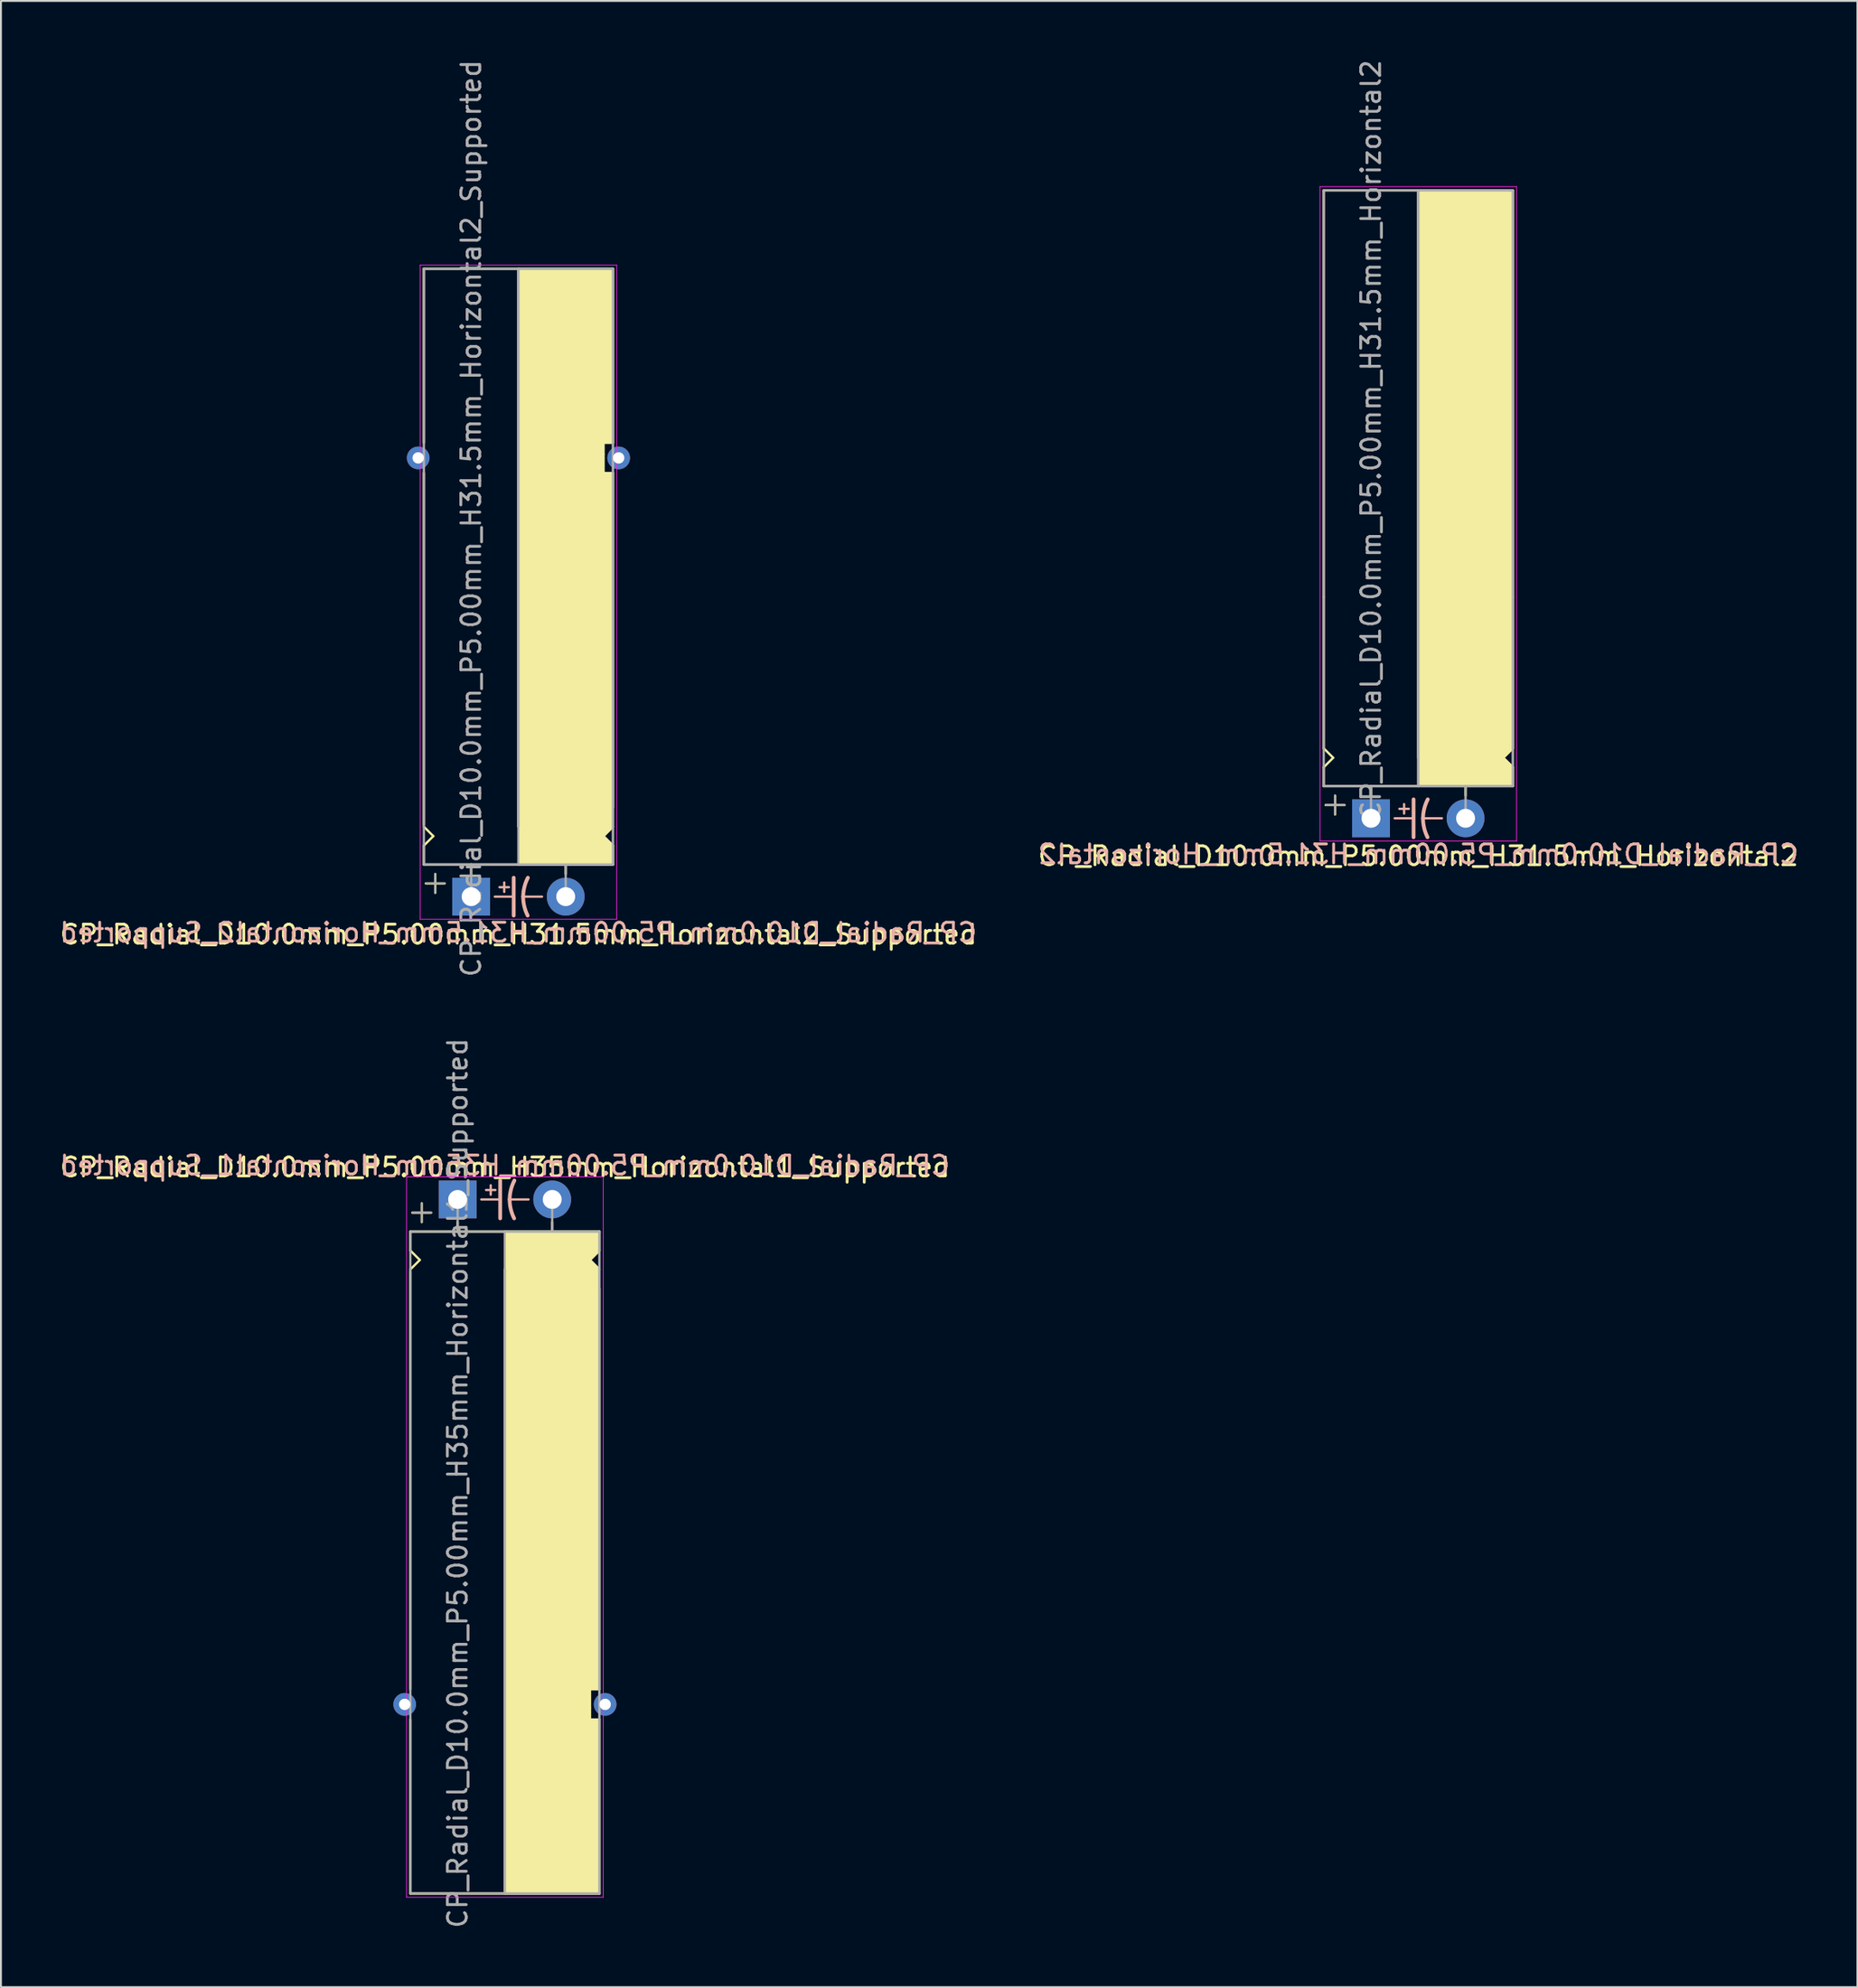
<source format=kicad_pcb>
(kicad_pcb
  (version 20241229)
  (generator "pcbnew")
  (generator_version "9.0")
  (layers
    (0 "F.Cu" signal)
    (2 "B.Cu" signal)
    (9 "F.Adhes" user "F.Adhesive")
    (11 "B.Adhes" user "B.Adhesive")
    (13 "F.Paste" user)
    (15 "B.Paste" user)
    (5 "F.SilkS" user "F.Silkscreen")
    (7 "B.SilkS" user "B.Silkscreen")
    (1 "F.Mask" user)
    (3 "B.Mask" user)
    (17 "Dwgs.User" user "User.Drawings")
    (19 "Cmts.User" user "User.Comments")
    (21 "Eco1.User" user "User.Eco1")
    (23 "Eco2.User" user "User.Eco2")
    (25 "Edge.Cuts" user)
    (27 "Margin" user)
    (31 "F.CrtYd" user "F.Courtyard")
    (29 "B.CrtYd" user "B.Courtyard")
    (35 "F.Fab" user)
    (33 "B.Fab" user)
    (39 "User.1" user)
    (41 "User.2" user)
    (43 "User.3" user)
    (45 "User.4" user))
  (footprint "CP_Radial_D10.0mm_P5.00mm_H31.5mm_Horizontal2"
    (layer "F.Cu")
    (at 69.446 40.22)
    (property "Reference" "CP_Radial_D10.0mm_P5.00mm_H31.5mm_Horizontal2" (at 2.5 2 0) (layer "F.SilkS") (effects (font (size 1 1) (thickness 0.15))))
    (fp_line (start -2.5 -33.2) (end 7.5 -33.2) (stroke (width 0.12) (type solid)) (layer "F.SilkS"))
    (fp_line (start -2.5 -11.7) (end -2.5 -33.2) (stroke (width 0.12) (type solid)) (layer "F.SilkS"))
    (fp_line (start -2.5 -3.7) (end -2.5 -11.7) (stroke (width 0.12) (type solid)) (layer "F.SilkS"))
    (fp_line (start -2.5 -2.7) (end -2 -3.2) (stroke (width 0.12) (type solid)) (layer "F.SilkS"))
    (fp_line (start -2.5 -1.7) (end -2.5 -2.7) (stroke (width 0.12) (type solid)) (layer "F.SilkS"))
    (fp_line (start -2 -3.2) (end -2.5 -3.7) (stroke (width 0.12) (type solid)) (layer "F.SilkS"))
    (fp_line (start -1.9 -1.2) (end -1.9 -0.2) (stroke (width 0.12) (type solid)) (layer "F.SilkS"))
    (fp_line (start -1.4 -0.7) (end -2.4 -0.7) (stroke (width 0.12) (type solid)) (layer "F.SilkS"))
    (fp_line (start 0 -1.7) (end 0 -1.2) (stroke (width 0.12) (type solid)) (layer "F.SilkS"))
    (fp_line (start 2.5 -33.2) (end 2.5 -3.2) (stroke (width 0.12) (type solid)) (layer "F.SilkS"))
    (fp_line (start 2.5 -1.7) (end -2.5 -1.7) (stroke (width 0.12) (type solid)) (layer "F.SilkS"))
    (fp_line (start 5 -1.7) (end 5 -1.2) (stroke (width 0.12) (type solid)) (layer "F.SilkS"))
    (fp_line (start 7 -3.2) (end 7.5 -3.7) (stroke (width 0.12) (type solid)) (layer "F.SilkS"))
    (fp_line (start 7.5 -11.7) (end 7.5 -33.2) (stroke (width 0.12) (type solid)) (layer "F.SilkS"))
    (fp_line (start 7.5 -3.7) (end 7.5 -11.7) (stroke (width 0.12) (type solid)) (layer "F.SilkS"))
    (fp_line (start 7.5 -2.7) (end 7 -3.2) (stroke (width 0.12) (type solid)) (layer "F.SilkS"))
    (fp_line (start 7.5 -1.7) (end 2.5 -1.7) (stroke (width 0.12) (type solid)) (layer "F.SilkS"))
    (fp_line (start 7.5 -1.7) (end 7.5 -2.7) (stroke (width 0.12) (type solid)) (layer "F.SilkS"))
    (fp_poly (pts (xy 7.5 -2.7) (xy 7 -3.2) (xy 7.5 -3.7) (xy 7.5 -33.2) (xy 2.5 -33.2) (xy 2.5 -1.7) (xy 7.5 -1.7)) (stroke (width 0.1) (type solid)) (fill yes) (layer "F.SilkS"))
    (fp_line (start 1.25 0) (end 2.25 0) (stroke (width 0.12) (type solid)) (layer "B.SilkS"))
    (fp_line (start 1.5 -0.5) (end 2 -0.5) (stroke (width 0.12) (type solid)) (layer "B.SilkS"))
    (fp_line (start 1.75 -0.75) (end 1.75 -0.25) (stroke (width 0.12) (type solid)) (layer "B.SilkS"))
    (fp_line (start 2.25 1) (end 2.25 -1) (stroke (width 0.2) (type solid)) (layer "B.SilkS"))
    (fp_line (start 3.75 0) (end 2.75 0) (stroke (width 0.12) (type solid)) (layer "B.SilkS"))
    (fp_arc (start 2.75 0) (mid 2.816707 -0.514573) (end 3 -1) (stroke (width 0.2) (type solid)) (layer "B.SilkS"))
    (fp_arc (start 2.987539 1) (mid 2.810248 0.513901) (end 2.75 0) (stroke (width 0.2) (type solid)) (layer "B.SilkS"))
    (fp_line (start -2.7 -33.4) (end -2.7 1.2) (stroke (width 0.04) (type solid)) (layer "F.CrtYd"))
    (fp_line (start -2.7 1.2) (end 5.3 1.2) (stroke (width 0.04) (type solid)) (layer "F.CrtYd"))
    (fp_line (start 5.3 1.2) (end 7.7 1.2) (stroke (width 0.04) (type solid)) (layer "F.CrtYd"))
    (fp_line (start 7.7 -33.4) (end -2.7 -33.4) (stroke (width 0.04) (type solid)) (layer "F.CrtYd"))
    (fp_line (start 7.7 1.2) (end 7.7 -33.4) (stroke (width 0.04) (type solid)) (layer "F.CrtYd"))
    (fp_line (start -2.5 -33.2) (end 7.5 -33.2) (stroke (width 0.12) (type solid)) (layer "F.Fab"))
    (fp_line (start -2.5 -1.7) (end -2.5 -33.2) (stroke (width 0.12) (type solid)) (layer "F.Fab"))
    (fp_line (start -2.4 -0.7) (end -1.4 -0.7) (stroke (width 0.1) (type solid)) (layer "F.Fab"))
    (fp_line (start -1.9 -0.2) (end -1.9 -1.2) (stroke (width 0.1) (type solid)) (layer "F.Fab"))
    (fp_line (start 0 -1.7) (end 0 0) (stroke (width 0.12) (type solid)) (layer "F.Fab"))
    (fp_line (start 2.5 -1.7) (end 2.5 -33.2) (stroke (width 0.12) (type solid)) (layer "F.Fab"))
    (fp_line (start 5 -1.7) (end 5 0) (stroke (width 0.12) (type solid)) (layer "F.Fab"))
    (fp_line (start 7.5 -33.2) (end 7.5 -1.7) (stroke (width 0.12) (type solid)) (layer "F.Fab"))
    (fp_line (start 7.5 -1.7) (end -2.5 -1.7) (stroke (width 0.12) (type solid)) (layer "F.Fab"))
    (fp_poly (pts (xy 7.5 -33.2) (xy 2.5 -33.2) (xy 2.5 -1.7) (xy 7.5 -1.7)) (stroke (width 0.1) (type solid)) (fill no) (layer "F.Fab"))
    (fp_text user "${REFERENCE}" (at 2.5 1.9 0) (layer "B.SilkS") (effects (font (size 1 1) (thickness 0.15)) (justify mirror)))
    (fp_text user "${REFERENCE}" (at 0 -20 90) (layer "F.Fab") (effects (font (size 1 1) (thickness 0.15))))
    (pad "1" thru_hole rect (at 0 0) (size 2 2) (drill 1) (layers "*.Cu" "*.Mask"))
    (pad "2" thru_hole circle (at 5 0) (size 2 2) (drill 1) (layers "*.Cu" "*.Mask")))
  (footprint "CP_Radial_D10.0mm_P5.00mm_H31.5mm_Horizontal2_Supported"
    (layer "F.Cu")
    (at 21.863 44.363)
    (property "Reference" "CP_Radial_D10.0mm_P5.00mm_H31.5mm_Horizontal2_Supported" (at 2.5 2 0) (layer "F.SilkS") (effects (font (size 1 1) (thickness 0.15))))
    (fp_line (start -2.5 -33.2) (end 7.5 -33.2) (stroke (width 0.12) (type solid)) (layer "F.SilkS"))
    (fp_line (start -2.5 -24) (end -2.5 -33.2) (stroke (width 0.12) (type solid)) (layer "F.SilkS"))
    (fp_line (start -2.5 -3.8) (end -2.5 -22.4) (stroke (width 0.12) (type solid)) (layer "F.SilkS"))
    (fp_line (start -2.5 -2.7) (end -2 -3.2) (stroke (width 0.12) (type solid)) (layer "F.SilkS"))
    (fp_line (start -2.5 -1.7) (end -2.5 -2.7) (stroke (width 0.12) (type solid)) (layer "F.SilkS"))
    (fp_line (start -2 -3.2) (end -2.5 -3.7) (stroke (width 0.12) (type solid)) (layer "F.SilkS"))
    (fp_line (start -1.9 -1.2) (end -1.9 -0.2) (stroke (width 0.12) (type solid)) (layer "F.SilkS"))
    (fp_line (start -1.4 -0.7) (end -2.4 -0.7) (stroke (width 0.12) (type solid)) (layer "F.SilkS"))
    (fp_line (start 0 -1.7) (end 0 -1.2) (stroke (width 0.12) (type solid)) (layer "F.SilkS"))
    (fp_line (start 2.5 -33.2) (end 2.5 -3.7) (stroke (width 0.12) (type solid)) (layer "F.SilkS"))
    (fp_line (start 2.5 -1.7) (end -2.5 -1.7) (stroke (width 0.12) (type solid)) (layer "F.SilkS"))
    (fp_line (start 5 -1.7) (end 5 -1.2) (stroke (width 0.12) (type solid)) (layer "F.SilkS"))
    (fp_line (start 7 -24) (end 7 -23.4) (stroke (width 0.12) (type solid)) (layer "F.SilkS"))
    (fp_line (start 7 -23.4) (end 7 -22.4) (stroke (width 0.12) (type solid)) (layer "F.SilkS"))
    (fp_line (start 7 -22.4) (end 7.5 -22.4) (stroke (width 0.12) (type solid)) (layer "F.SilkS"))
    (fp_line (start 7 -3.2) (end 7.5 -3.7) (stroke (width 0.12) (type solid)) (layer "F.SilkS"))
    (fp_line (start 7.5 -24) (end 7 -24) (stroke (width 0.12) (type solid)) (layer "F.SilkS"))
    (fp_line (start 7.5 -24) (end 7.5 -33.2) (stroke (width 0.12) (type solid)) (layer "F.SilkS"))
    (fp_line (start 7.5 -4.7) (end 7.5 -22.4) (stroke (width 0.12) (type solid)) (layer "F.SilkS"))
    (fp_line (start 7.5 -2.7) (end 7 -3.2) (stroke (width 0.12) (type solid)) (layer "F.SilkS"))
    (fp_line (start 7.5 -1.7) (end 2.5 -1.7) (stroke (width 0.12) (type solid)) (layer "F.SilkS"))
    (fp_line (start 7.5 -1.7) (end 7.5 -2.7) (stroke (width 0.12) (type solid)) (layer "F.SilkS"))
    (fp_poly (pts (xy 7.5 -2.7) (xy 7 -3.2) (xy 7.5 -3.7) (xy 7.5 -22.4) (xy 7 -22.4) (xy 7 -24) (xy 7.5 -24) (xy 7.5 -33.2) (xy 2.5 -33.2) (xy 2.5 -1.7) (xy 7.5 -1.7)) (stroke (width 0.1) (type solid)) (fill yes) (layer "F.SilkS"))
    (fp_line (start 1.25 0) (end 2.25 0) (stroke (width 0.12) (type solid)) (layer "B.SilkS"))
    (fp_line (start 1.5 -0.5) (end 2 -0.5) (stroke (width 0.12) (type solid)) (layer "B.SilkS"))
    (fp_line (start 1.75 -0.75) (end 1.75 -0.25) (stroke (width 0.12) (type solid)) (layer "B.SilkS"))
    (fp_line (start 2.25 1) (end 2.25 -1) (stroke (width 0.2) (type solid)) (layer "B.SilkS"))
    (fp_line (start 3.75 0) (end 2.75 0) (stroke (width 0.12) (type solid)) (layer "B.SilkS"))
    (fp_arc (start 2.75 0) (mid 2.816707 -0.514573) (end 3 -1) (stroke (width 0.2) (type solid)) (layer "B.SilkS"))
    (fp_arc (start 2.987539 1) (mid 2.810248 0.513901) (end 2.75 0) (stroke (width 0.2) (type solid)) (layer "B.SilkS"))
    (fp_line (start -2.7 -33.4) (end -2.7 1.2) (stroke (width 0.04) (type solid)) (layer "F.CrtYd"))
    (fp_line (start -2.7 1.2) (end 5.3 1.2) (stroke (width 0.04) (type solid)) (layer "F.CrtYd"))
    (fp_line (start 5.3 1.2) (end 7.7 1.2) (stroke (width 0.04) (type solid)) (layer "F.CrtYd"))
    (fp_line (start 7.7 -33.4) (end -2.7 -33.4) (stroke (width 0.04) (type solid)) (layer "F.CrtYd"))
    (fp_line (start 7.7 1.2) (end 7.7 -33.4) (stroke (width 0.04) (type solid)) (layer "F.CrtYd"))
    (fp_line (start -2.5 -33.2) (end 7.5 -33.2) (stroke (width 0.12) (type solid)) (layer "F.Fab"))
    (fp_line (start -2.5 -1.7) (end -2.5 -33.2) (stroke (width 0.12) (type solid)) (layer "F.Fab"))
    (fp_line (start -2.4 -0.7) (end -1.4 -0.7) (stroke (width 0.1) (type solid)) (layer "F.Fab"))
    (fp_line (start -1.9 -0.2) (end -1.9 -1.2) (stroke (width 0.1) (type solid)) (layer "F.Fab"))
    (fp_line (start 0 -1.7) (end 0 0) (stroke (width 0.12) (type solid)) (layer "F.Fab"))
    (fp_line (start 2.5 -3.7) (end 2.5 -33.2) (stroke (width 0.12) (type solid)) (layer "F.Fab"))
    (fp_line (start 5 -1.7) (end 5 0) (stroke (width 0.12) (type solid)) (layer "F.Fab"))
    (fp_line (start 7.5 -33.2) (end 7.5 -1.7) (stroke (width 0.12) (type solid)) (layer "F.Fab"))
    (fp_line (start 7.5 -1.7) (end -2.5 -1.7) (stroke (width 0.12) (type solid)) (layer "F.Fab"))
    (fp_poly (pts (xy 7.5 -33.2) (xy 2.5 -33.2) (xy 2.5 -1.7) (xy 7.5 -1.7)) (stroke (width 0.1) (type solid)) (fill no) (layer "F.Fab"))
    (fp_text user "${REFERENCE}" (at 2.5 1.9 0) (layer "B.SilkS") (effects (font (size 1 1) (thickness 0.15)) (justify mirror)))
    (fp_text user "${REFERENCE}" (at 0 -20 90) (layer "F.Fab") (effects (font (size 1 1) (thickness 0.15))))
    (pad "1" thru_hole rect (at 0 0) (size 2 2) (drill 1) (layers "*.Cu" "*.Mask"))
    (pad "2" thru_hole circle (at 5 0) (size 2 2) (drill 1) (layers "*.Cu" "*.Mask"))
    (pad "~" thru_hole circle (at -2.8 -23.2 180) (size 1.2 1.2) (drill 0.6) (layers "*.Cu" "*.Mask"))
    (pad "~" thru_hole circle (at 7.8 -23.2 180) (size 1.2 1.2) (drill 0.6) (layers "*.Cu" "*.Mask")))
  (footprint "CP_Radial_D10.0mm_P5.00mm_H35mm_Horizontal1_Supported"
    (layer "F.Cu")
    (at 21.149 60.375)
    (property "Reference" "CP_Radial_D10.0mm_P5.00mm_H35mm_Horizontal1_Supported" (at 2.5 -1.7 0) (layer "F.SilkS") (effects (font (size 1 1) (thickness 0.15))))
    (fp_line (start -2.5 1.7) (end -2.5 2.7) (stroke (width 0.12) (type solid)) (layer "F.SilkS"))
    (fp_line (start -2.5 2.7) (end -2 3.2) (stroke (width 0.12) (type solid)) (layer "F.SilkS"))
    (fp_line (start -2.5 3.8) (end -2.5 25.9) (stroke (width 0.12) (type solid)) (layer "F.SilkS"))
    (fp_line (start -2.5 27.5) (end -2.5 36.7) (stroke (width 0.12) (type solid)) (layer "F.SilkS"))
    (fp_line (start -2.5 36.7) (end 7.5 36.7) (stroke (width 0.12) (type solid)) (layer "F.SilkS"))
    (fp_line (start -2 3.2) (end -2.5 3.7) (stroke (width 0.12) (type solid)) (layer "F.SilkS"))
    (fp_line (start -1.9 0.2) (end -1.9 1.2) (stroke (width 0.12) (type solid)) (layer "F.SilkS"))
    (fp_line (start -1.4 0.7) (end -2.4 0.7) (stroke (width 0.12) (type solid)) (layer "F.SilkS"))
    (fp_line (start 0 1.7) (end 0 1.2) (stroke (width 0.12) (type solid)) (layer "F.SilkS"))
    (fp_line (start 2.5 1.7) (end -2.5 1.7) (stroke (width 0.12) (type solid)) (layer "F.SilkS"))
    (fp_line (start 2.5 36.7) (end 2.5 3.7) (stroke (width 0.12) (type solid)) (layer "F.SilkS"))
    (fp_line (start 5 1.7) (end 5 1.2) (stroke (width 0.12) (type solid)) (layer "F.SilkS"))
    (fp_line (start 7 3.2) (end 7.5 3.7) (stroke (width 0.12) (type solid)) (layer "F.SilkS"))
    (fp_line (start 7 25.9) (end 7.5 25.9) (stroke (width 0.12) (type solid)) (layer "F.SilkS"))
    (fp_line (start 7 26.9) (end 7 25.9) (stroke (width 0.12) (type solid)) (layer "F.SilkS"))
    (fp_line (start 7 27.5) (end 7 26.9) (stroke (width 0.12) (type solid)) (layer "F.SilkS"))
    (fp_line (start 7.5 1.7) (end 2.5 1.7) (stroke (width 0.12) (type solid)) (layer "F.SilkS"))
    (fp_line (start 7.5 1.7) (end 7.5 2.7) (stroke (width 0.12) (type solid)) (layer "F.SilkS"))
    (fp_line (start 7.5 2.7) (end 7 3.2) (stroke (width 0.12) (type solid)) (layer "F.SilkS"))
    (fp_line (start 7.5 4.7) (end 7.5 25.9) (stroke (width 0.12) (type solid)) (layer "F.SilkS"))
    (fp_line (start 7.5 27.5) (end 7 27.5) (stroke (width 0.12) (type solid)) (layer "F.SilkS"))
    (fp_line (start 7.5 27.5) (end 7.5 36.7) (stroke (width 0.12) (type solid)) (layer "F.SilkS"))
    (fp_poly (pts (xy 7.5 2.7) (xy 7 3.2) (xy 7.5 3.7) (xy 7.5 25.9) (xy 7 25.9) (xy 7 27.5) (xy 7.5 27.5) (xy 7.5 36.7) (xy 2.5 36.7) (xy 2.5 1.7) (xy 7.5 1.7)) (stroke (width 0.1) (type solid)) (fill yes) (layer "F.SilkS"))
    (fp_line (start 1.25 0) (end 2.25 0) (stroke (width 0.12) (type solid)) (layer "B.SilkS"))
    (fp_line (start 1.5 -0.5) (end 2 -0.5) (stroke (width 0.12) (type solid)) (layer "B.SilkS"))
    (fp_line (start 1.75 -0.75) (end 1.75 -0.25) (stroke (width 0.12) (type solid)) (layer "B.SilkS"))
    (fp_line (start 2.25 1) (end 2.25 -1) (stroke (width 0.2) (type solid)) (layer "B.SilkS"))
    (fp_line (start 3.75 0) (end 2.75 0) (stroke (width 0.12) (type solid)) (layer "B.SilkS"))
    (fp_arc (start 2.75 0) (mid 2.816707 -0.514573) (end 3 -1) (stroke (width 0.2) (type solid)) (layer "B.SilkS"))
    (fp_arc (start 2.987539 1) (mid 2.810248 0.513901) (end 2.75 0) (stroke (width 0.2) (type solid)) (layer "B.SilkS"))
    (fp_line (start -2.7 -1.2) (end 5.3 -1.2) (stroke (width 0.04) (type solid)) (layer "F.CrtYd"))
    (fp_line (start -2.7 36.9) (end -2.7 -1.2) (stroke (width 0.04) (type solid)) (layer "F.CrtYd"))
    (fp_line (start 5.3 -1.2) (end 7.7 -1.2) (stroke (width 0.04) (type solid)) (layer "F.CrtYd"))
    (fp_line (start 7.7 -1.2) (end 7.7 36.9) (stroke (width 0.04) (type solid)) (layer "F.CrtYd"))
    (fp_line (start 7.7 36.9) (end -2.7 36.9) (stroke (width 0.04) (type solid)) (layer "F.CrtYd"))
    (fp_line (start -2.5 1.7) (end -2.5 36.7) (stroke (width 0.12) (type solid)) (layer "F.Fab"))
    (fp_line (start -2.5 36.7) (end 7.5 36.7) (stroke (width 0.12) (type solid)) (layer "F.Fab"))
    (fp_line (start -2.4 0.7) (end -1.4 0.7) (stroke (width 0.1) (type solid)) (layer "F.Fab"))
    (fp_line (start -1.9 1.2) (end -1.9 0.2) (stroke (width 0.1) (type solid)) (layer "F.Fab"))
    (fp_line (start 0 1.7) (end 0 0) (stroke (width 0.12) (type solid)) (layer "F.Fab"))
    (fp_line (start 2.5 3.7) (end 2.5 36.7) (stroke (width 0.12) (type solid)) (layer "F.Fab"))
    (fp_line (start 5 1.7) (end 5 0) (stroke (width 0.12) (type solid)) (layer "F.Fab"))
    (fp_line (start 7.5 1.7) (end -2.5 1.7) (stroke (width 0.12) (type solid)) (layer "F.Fab"))
    (fp_line (start 7.5 36.7) (end 7.5 1.7) (stroke (width 0.12) (type solid)) (layer "F.Fab"))
    (fp_poly (pts (xy 7.5 36.7) (xy 2.5 36.7) (xy 2.5 1.7) (xy 7.5 1.7)) (stroke (width 0.1) (type solid)) (fill no) (layer "F.Fab"))
    (fp_text user "${REFERENCE}" (at 2.5 -1.8 0) (layer "B.SilkS") (effects (font (size 1 1) (thickness 0.15)) (justify mirror)))
    (fp_text user "${REFERENCE}" (at 0 15 90) (layer "F.Fab") (effects (font (size 1 1) (thickness 0.15))))
    (pad "1" thru_hole rect (at 0 0) (size 2 2) (drill 1) (layers "*.Cu" "*.Mask"))
    (pad "2" thru_hole circle (at 5 0) (size 2 2) (drill 1) (layers "*.Cu" "*.Mask"))
    (pad "~" thru_hole circle (at -2.8 26.7) (size 1.2 1.2) (drill 0.6) (layers "*.Cu" "*.Mask"))
    (pad "~" thru_hole circle (at 7.8 26.7) (size 1.2 1.2) (drill 0.6) (layers "*.Cu" "*.Mask")))
  (gr_rect
    (start -3 -3)
    (end 95.167 102.024)
    (stroke (width 0.1) (type default))
    (fill no)
    (layer "Edge.Cuts")))
</source>
